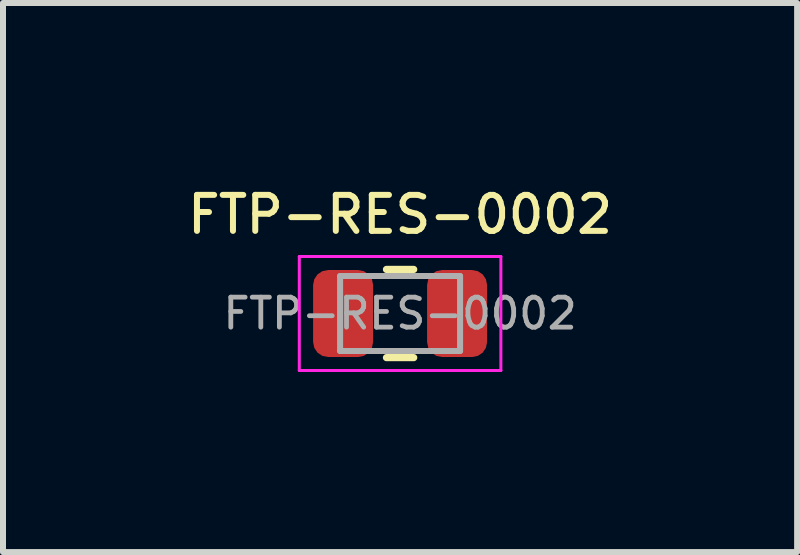
<source format=kicad_pcb>
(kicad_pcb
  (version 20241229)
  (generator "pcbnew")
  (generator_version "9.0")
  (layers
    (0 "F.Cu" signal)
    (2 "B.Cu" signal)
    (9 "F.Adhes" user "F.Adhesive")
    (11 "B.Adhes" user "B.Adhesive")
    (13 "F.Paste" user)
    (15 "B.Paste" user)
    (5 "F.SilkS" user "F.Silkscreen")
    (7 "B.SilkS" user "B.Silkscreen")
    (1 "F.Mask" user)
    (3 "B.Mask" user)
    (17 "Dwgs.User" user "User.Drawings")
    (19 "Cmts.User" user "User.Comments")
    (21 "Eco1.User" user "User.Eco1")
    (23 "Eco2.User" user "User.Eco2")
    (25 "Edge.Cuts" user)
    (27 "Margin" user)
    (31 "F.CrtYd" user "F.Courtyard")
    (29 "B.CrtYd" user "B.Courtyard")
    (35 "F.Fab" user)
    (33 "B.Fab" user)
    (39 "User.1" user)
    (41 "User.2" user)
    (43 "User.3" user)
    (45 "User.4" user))
  (footprint "FTP-RES-0002"
    (layer "F.Cu")
    (at 3.619 2.176)
    (property "Reference" "FTP-RES-0002" (at 0 -1.65 0) (layer "F.SilkS") (effects (font (size 0.6 0.6) (thickness 0.1) (bold yes))))
    (attr smd)
    (fp_line (start -0.227 -0.735) (end 0.227 -0.735) (stroke (width 0.12) (type solid)) (layer "F.SilkS"))
    (fp_line (start -0.227 0.735) (end 0.227 0.735) (stroke (width 0.12) (type solid)) (layer "F.SilkS"))
    (fp_line (start -1.68 -0.95) (end 1.68 -0.95) (stroke (width 0.05) (type solid)) (layer "F.CrtYd"))
    (fp_line (start -1.68 0.95) (end -1.68 -0.95) (stroke (width 0.05) (type solid)) (layer "F.CrtYd"))
    (fp_line (start 1.68 -0.95) (end 1.68 0.95) (stroke (width 0.05) (type solid)) (layer "F.CrtYd"))
    (fp_line (start 1.68 0.95) (end -1.68 0.95) (stroke (width 0.05) (type solid)) (layer "F.CrtYd"))
    (fp_line (start -1 -0.625) (end 1 -0.625) (stroke (width 0.1) (type solid)) (layer "F.Fab"))
    (fp_line (start -1 0.625) (end -1 -0.625) (stroke (width 0.1) (type solid)) (layer "F.Fab"))
    (fp_line (start 1 -0.625) (end 1 0.625) (stroke (width 0.1) (type solid)) (layer "F.Fab"))
    (fp_line (start 1 0.625) (end -1 0.625) (stroke (width 0.1) (type solid)) (layer "F.Fab"))
    (fp_text user "${REFERENCE}" (at 0 0 0) (layer "F.Fab") (effects (font (size 0.5 0.5) (thickness 0.08))))
    (pad "1" smd roundrect (at -0.95 0) (size 1 1.45) (layers "F.Cu" "F.Mask" "F.Paste") (roundrect_rratio 0.25))
    (pad "2" smd roundrect (at 0.95 0) (size 1 1.45) (layers "F.Cu" "F.Mask" "F.Paste") (roundrect_rratio 0.25)))
  (gr_rect
    (start -3 -3)
    (end 10.237 6.152)
    (stroke (width 0.1) (type default))
    (fill no)
    (layer "Edge.Cuts")))
</source>
